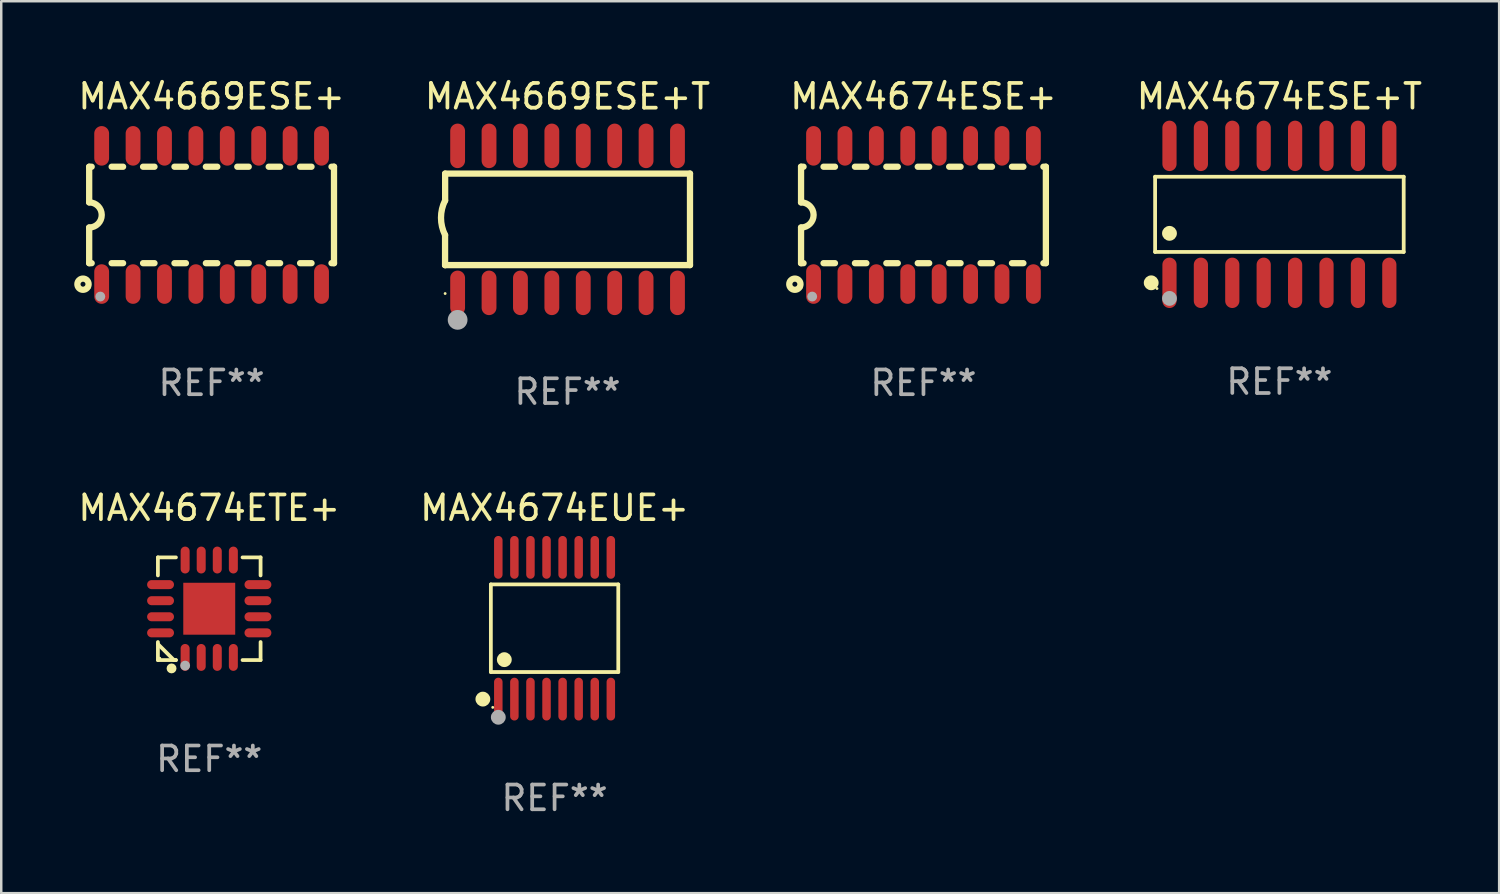
<source format=kicad_pcb>
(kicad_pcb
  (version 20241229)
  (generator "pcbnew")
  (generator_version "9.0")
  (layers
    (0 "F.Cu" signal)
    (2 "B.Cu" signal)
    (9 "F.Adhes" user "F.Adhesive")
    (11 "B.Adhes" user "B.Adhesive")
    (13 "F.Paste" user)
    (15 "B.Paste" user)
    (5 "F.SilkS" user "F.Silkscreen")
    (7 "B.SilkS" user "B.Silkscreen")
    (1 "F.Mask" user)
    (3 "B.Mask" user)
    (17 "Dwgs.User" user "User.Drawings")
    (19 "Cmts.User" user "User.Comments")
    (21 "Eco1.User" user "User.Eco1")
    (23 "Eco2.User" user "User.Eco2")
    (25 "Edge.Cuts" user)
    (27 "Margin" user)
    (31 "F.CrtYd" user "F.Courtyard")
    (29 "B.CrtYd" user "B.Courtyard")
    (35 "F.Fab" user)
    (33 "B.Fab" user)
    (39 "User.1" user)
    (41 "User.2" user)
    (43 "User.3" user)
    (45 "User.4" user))
  (footprint "MAX4674ETE+"
    (layer "F.Cu")
    (at 5.411 21.565)
    (property "Reference" "MAX4674ETE+" (at 0 -4.076 0) (layer "F.SilkS") (effects (font (size 1 1) (thickness 0.15))))
    (attr through_hole)
    (fp_line (start -2.076 -2.076) (end -1.347 -2.076) (stroke (width 0.152) (type solid)) (layer "F.SilkS"))
    (fp_line (start -2.076 -1.347) (end -2.076 -2.076) (stroke (width 0.152) (type solid)) (layer "F.SilkS"))
    (fp_line (start -2.076 1.347) (end -2.076 2.076) (stroke (width 0.152) (type solid)) (layer "F.SilkS"))
    (fp_line (start -2.076 2.076) (end -1.347 2.076) (stroke (width 0.152) (type solid)) (layer "F.SilkS"))
    (fp_line (start -1.429 2.076) (end -2.076 1.429) (stroke (width 0.152) (type solid)) (layer "F.SilkS"))
    (fp_line (start -1.347 2.076) (end -1.429 2.076) (stroke (width 0.152) (type solid)) (layer "F.SilkS"))
    (fp_line (start 2.076 -2.076) (end 1.347 -2.076) (stroke (width 0.152) (type solid)) (layer "F.SilkS"))
    (fp_line (start 2.076 -1.347) (end 2.076 -2.076) (stroke (width 0.152) (type solid)) (layer "F.SilkS"))
    (fp_line (start 2.076 1.347) (end 2.076 2.076) (stroke (width 0.152) (type solid)) (layer "F.SilkS"))
    (fp_line (start 2.076 2.076) (end 1.347 2.076) (stroke (width 0.152) (type solid)) (layer "F.SilkS"))
    (fp_circle (center -2 2) (end -1.97 2) (stroke (width 0.06) (type solid)) (fill no) (layer "F.SilkS"))
    (fp_circle (center -1.524 2.413) (end -1.424 2.413) (stroke (width 0.2) (type solid)) (fill no) (layer "F.SilkS"))
    (fp_circle (center -0.975 2.3) (end -0.875 2.3) (stroke (width 0.2) (type solid)) (fill no) (layer "F.Fab"))
    (fp_text user "REF**" (at 0 6.076 0) (layer "F.Fab") (effects (font (size 1 1) (thickness 0.15))))
    (pad "1" smd oval (at -0.975 1.969) (size 0.364 1.087) (layers "F.Cu" "F.Mask" "F.Paste"))
    (pad "2" smd oval (at -0.325 1.969) (size 0.364 1.087) (layers "F.Cu" "F.Mask" "F.Paste"))
    (pad "3" smd oval (at 0.325 1.969) (size 0.364 1.087) (layers "F.Cu" "F.Mask" "F.Paste"))
    (pad "4" smd oval (at 0.975 1.969) (size 0.364 1.087) (layers "F.Cu" "F.Mask" "F.Paste"))
    (pad "5" smd oval (at 1.969 0.975) (size 1.087 0.364) (layers "F.Cu" "F.Mask" "F.Paste"))
    (pad "6" smd oval (at 1.969 0.325) (size 1.087 0.364) (layers "F.Cu" "F.Mask" "F.Paste"))
    (pad "7" smd oval (at 1.969 -0.325) (size 1.087 0.364) (layers "F.Cu" "F.Mask" "F.Paste"))
    (pad "8" smd oval (at 1.969 -0.975) (size 1.087 0.364) (layers "F.Cu" "F.Mask" "F.Paste"))
    (pad "9" smd oval (at 0.975 -1.969) (size 0.364 1.087) (layers "F.Cu" "F.Mask" "F.Paste"))
    (pad "10" smd oval (at 0.325 -1.969) (size 0.364 1.087) (layers "F.Cu" "F.Mask" "F.Paste"))
    (pad "11" smd oval (at -0.325 -1.969) (size 0.364 1.087) (layers "F.Cu" "F.Mask" "F.Paste"))
    (pad "12" smd oval (at -0.975 -1.969) (size 0.364 1.087) (layers "F.Cu" "F.Mask" "F.Paste"))
    (pad "13" smd oval (at -1.969 -0.975) (size 1.087 0.364) (layers "F.Cu" "F.Mask" "F.Paste"))
    (pad "14" smd oval (at -1.969 -0.325) (size 1.087 0.364) (layers "F.Cu" "F.Mask" "F.Paste"))
    (pad "15" smd oval (at -1.969 0.325) (size 1.087 0.364) (layers "F.Cu" "F.Mask" "F.Paste"))
    (pad "16" smd oval (at -1.969 0.975) (size 1.087 0.364) (layers "F.Cu" "F.Mask" "F.Paste"))
    (pad "17" smd rect (at 0 0) (size 2.1 2.1) (layers "F.Cu" "F.Mask" "F.Paste")))
  (footprint "MAX4674ESE+"
    (layer "F.Cu")
    (at 34.292 5.642)
    (property "Reference" "MAX4674ESE+" (at 0 -4.794 0) (layer "F.SilkS") (effects (font (size 1 1) (thickness 0.15))))
    (attr through_hole)
    (fp_line (start -4.95 -1.95) (end -4.95 -0.508) (stroke (width 0.254) (type solid)) (layer "F.SilkS"))
    (fp_line (start -4.95 -1.95) (end -4.849 -1.95) (stroke (width 0.254) (type solid)) (layer "F.SilkS"))
    (fp_line (start -4.95 1.95) (end -4.95 0.508) (stroke (width 0.254) (type solid)) (layer "F.SilkS"))
    (fp_line (start -4.95 1.95) (end -4.849 1.95) (stroke (width 0.254) (type solid)) (layer "F.SilkS"))
    (fp_line (start -4.041 -1.95) (end -3.579 -1.95) (stroke (width 0.254) (type solid)) (layer "F.SilkS"))
    (fp_line (start -4.041 1.95) (end -3.579 1.95) (stroke (width 0.254) (type solid)) (layer "F.SilkS"))
    (fp_line (start -2.771 -1.95) (end -2.309 -1.95) (stroke (width 0.254) (type solid)) (layer "F.SilkS"))
    (fp_line (start -2.771 1.95) (end -2.309 1.95) (stroke (width 0.254) (type solid)) (layer "F.SilkS"))
    (fp_line (start -1.501 -1.95) (end -1.039 -1.95) (stroke (width 0.254) (type solid)) (layer "F.SilkS"))
    (fp_line (start -1.501 1.95) (end -1.039 1.95) (stroke (width 0.254) (type solid)) (layer "F.SilkS"))
    (fp_line (start -0.231 -1.95) (end 0.231 -1.95) (stroke (width 0.254) (type solid)) (layer "F.SilkS"))
    (fp_line (start -0.231 1.95) (end 0.231 1.95) (stroke (width 0.254) (type solid)) (layer "F.SilkS"))
    (fp_line (start 1.039 -1.95) (end 1.501 -1.95) (stroke (width 0.254) (type solid)) (layer "F.SilkS"))
    (fp_line (start 1.039 1.95) (end 1.501 1.95) (stroke (width 0.254) (type solid)) (layer "F.SilkS"))
    (fp_line (start 2.309 -1.95) (end 2.771 -1.95) (stroke (width 0.254) (type solid)) (layer "F.SilkS"))
    (fp_line (start 2.309 1.95) (end 2.771 1.95) (stroke (width 0.254) (type solid)) (layer "F.SilkS"))
    (fp_line (start 3.579 -1.95) (end 4.041 -1.95) (stroke (width 0.254) (type solid)) (layer "F.SilkS"))
    (fp_line (start 3.579 1.95) (end 4.041 1.95) (stroke (width 0.254) (type solid)) (layer "F.SilkS"))
    (fp_line (start 4.849 -1.95) (end 4.95 -1.95) (stroke (width 0.254) (type solid)) (layer "F.SilkS"))
    (fp_line (start 4.849 1.95) (end 4.95 1.95) (stroke (width 0.254) (type solid)) (layer "F.SilkS"))
    (fp_line (start 4.95 -1.95) (end 4.95 1.95) (stroke (width 0.254) (type solid)) (layer "F.SilkS"))
    (fp_arc (start -4.95047 -0.508001) (mid -4.442469 -0.000228) (end -4.950013 0.508001) (stroke (width 0.254001) (type solid)) (layer "F.SilkS"))
    (fp_circle (center -5.2 2.8) (end -5.1 2.8) (stroke (width 0.254) (type solid)) (fill no) (layer "F.SilkS"))
    (fp_circle (center -4.95 2.947) (end -4.92 2.947) (stroke (width 0.06) (type solid)) (fill no) (layer "F.SilkS"))
    (fp_circle (center -4.5 3.3) (end -4.4 3.3) (stroke (width 0.2) (type solid)) (fill no) (layer "F.Fab"))
    (fp_text user "REF**" (at 0 6.794 0) (layer "F.Fab") (effects (font (size 1 1) (thickness 0.15))))
    (pad "1" smd oval (at -4.445 2.794) (size 0.6 1.6) (layers "F.Cu" "F.Mask" "F.Paste"))
    (pad "2" smd oval (at -3.175 2.794) (size 0.6 1.6) (layers "F.Cu" "F.Mask" "F.Paste"))
    (pad "3" smd oval (at -1.905 2.794) (size 0.6 1.6) (layers "F.Cu" "F.Mask" "F.Paste"))
    (pad "4" smd oval (at -0.635 2.794) (size 0.6 1.6) (layers "F.Cu" "F.Mask" "F.Paste"))
    (pad "5" smd oval (at 0.635 2.794) (size 0.6 1.6) (layers "F.Cu" "F.Mask" "F.Paste"))
    (pad "6" smd oval (at 1.905 2.794) (size 0.6 1.6) (layers "F.Cu" "F.Mask" "F.Paste"))
    (pad "7" smd oval (at 3.175 2.794) (size 0.6 1.6) (layers "F.Cu" "F.Mask" "F.Paste"))
    (pad "8" smd oval (at 4.445 2.794) (size 0.6 1.6) (layers "F.Cu" "F.Mask" "F.Paste"))
    (pad "9" smd oval (at 4.445 -2.794) (size 0.6 1.6) (layers "F.Cu" "F.Mask" "F.Paste"))
    (pad "10" smd oval (at 3.175 -2.794) (size 0.6 1.6) (layers "F.Cu" "F.Mask" "F.Paste"))
    (pad "11" smd oval (at 1.905 -2.794) (size 0.6 1.6) (layers "F.Cu" "F.Mask" "F.Paste"))
    (pad "12" smd oval (at 0.635 -2.794) (size 0.6 1.6) (layers "F.Cu" "F.Mask" "F.Paste"))
    (pad "13" smd oval (at -0.635 -2.794) (size 0.6 1.6) (layers "F.Cu" "F.Mask" "F.Paste"))
    (pad "14" smd oval (at -1.905 -2.794) (size 0.6 1.6) (layers "F.Cu" "F.Mask" "F.Paste"))
    (pad "15" smd oval (at -3.175 -2.794) (size 0.6 1.6) (layers "F.Cu" "F.Mask" "F.Paste"))
    (pad "16" smd oval (at -4.445 -2.794) (size 0.6 1.6) (layers "F.Cu" "F.Mask" "F.Paste")))
  (footprint "MAX4674ESE+T"
    (layer "F.Cu")
    (at 48.685 5.617)
    (property "Reference" "MAX4674ESE+T" (at 0 -4.769 0) (layer "F.SilkS") (effects (font (size 1 1) (thickness 0.15))))
    (attr through_hole)
    (fp_line (start -5.026 -1.521) (end 5.026 -1.521) (stroke (width 0.152) (type solid)) (layer "F.SilkS"))
    (fp_line (start -5.026 1.521) (end -5.026 -1.521) (stroke (width 0.152) (type solid)) (layer "F.SilkS"))
    (fp_line (start 5.026 -1.521) (end 5.026 1.521) (stroke (width 0.152) (type solid)) (layer "F.SilkS"))
    (fp_line (start 5.026 1.521) (end -5.026 1.521) (stroke (width 0.152) (type solid)) (layer "F.SilkS"))
    (fp_circle (center -5.184 2.769) (end -5.034 2.769) (stroke (width 0.3) (type solid)) (fill no) (layer "F.SilkS"))
    (fp_circle (center -4.95 3) (end -4.92 3) (stroke (width 0.06) (type solid)) (fill no) (layer "F.SilkS"))
    (fp_circle (center -4.445 0.769) (end -4.295 0.769) (stroke (width 0.3) (type solid)) (fill no) (layer "F.SilkS"))
    (fp_circle (center -4.445 3.4) (end -4.295 3.4) (stroke (width 0.3) (type solid)) (fill no) (layer "F.Fab"))
    (fp_text user "REF**" (at 0 6.769 0) (layer "F.Fab") (effects (font (size 1 1) (thickness 0.15))))
    (pad "1" smd oval (at -4.445 2.769) (size 0.574 2.038) (layers "F.Cu" "F.Mask" "F.Paste"))
    (pad "2" smd oval (at -3.175 2.769) (size 0.574 2.038) (layers "F.Cu" "F.Mask" "F.Paste"))
    (pad "3" smd oval (at -1.905 2.769) (size 0.574 2.038) (layers "F.Cu" "F.Mask" "F.Paste"))
    (pad "4" smd oval (at -0.635 2.769) (size 0.574 2.038) (layers "F.Cu" "F.Mask" "F.Paste"))
    (pad "5" smd oval (at 0.635 2.769) (size 0.574 2.038) (layers "F.Cu" "F.Mask" "F.Paste"))
    (pad "6" smd oval (at 1.905 2.769) (size 0.574 2.038) (layers "F.Cu" "F.Mask" "F.Paste"))
    (pad "7" smd oval (at 3.175 2.769) (size 0.574 2.038) (layers "F.Cu" "F.Mask" "F.Paste"))
    (pad "8" smd oval (at 4.445 2.769) (size 0.574 2.038) (layers "F.Cu" "F.Mask" "F.Paste"))
    (pad "9" smd oval (at 4.445 -2.769) (size 0.574 2.038) (layers "F.Cu" "F.Mask" "F.Paste"))
    (pad "10" smd oval (at 3.175 -2.769) (size 0.574 2.038) (layers "F.Cu" "F.Mask" "F.Paste"))
    (pad "11" smd oval (at 1.905 -2.769) (size 0.574 2.038) (layers "F.Cu" "F.Mask" "F.Paste"))
    (pad "12" smd oval (at 0.635 -2.769) (size 0.574 2.038) (layers "F.Cu" "F.Mask" "F.Paste"))
    (pad "13" smd oval (at -0.635 -2.769) (size 0.574 2.038) (layers "F.Cu" "F.Mask" "F.Paste"))
    (pad "14" smd oval (at -1.905 -2.769) (size 0.574 2.038) (layers "F.Cu" "F.Mask" "F.Paste"))
    (pad "15" smd oval (at -3.175 -2.769) (size 0.574 2.038) (layers "F.Cu" "F.Mask" "F.Paste"))
    (pad "16" smd oval (at -4.445 -2.769) (size 0.574 2.038) (layers "F.Cu" "F.Mask" "F.Paste")))
  (footprint "MAX4669ESE+"
    (layer "F.Cu")
    (at 5.506 5.642)
    (property "Reference" "MAX4669ESE+" (at 0 -4.794 0) (layer "F.SilkS") (effects (font (size 1 1) (thickness 0.15))))
    (attr through_hole)
    (fp_line (start -4.95 -1.95) (end -4.95 -0.508) (stroke (width 0.254) (type solid)) (layer "F.SilkS"))
    (fp_line (start -4.95 -1.95) (end -4.849 -1.95) (stroke (width 0.254) (type solid)) (layer "F.SilkS"))
    (fp_line (start -4.95 1.95) (end -4.95 0.508) (stroke (width 0.254) (type solid)) (layer "F.SilkS"))
    (fp_line (start -4.95 1.95) (end -4.849 1.95) (stroke (width 0.254) (type solid)) (layer "F.SilkS"))
    (fp_line (start -4.041 -1.95) (end -3.579 -1.95) (stroke (width 0.254) (type solid)) (layer "F.SilkS"))
    (fp_line (start -4.041 1.95) (end -3.579 1.95) (stroke (width 0.254) (type solid)) (layer "F.SilkS"))
    (fp_line (start -2.771 -1.95) (end -2.309 -1.95) (stroke (width 0.254) (type solid)) (layer "F.SilkS"))
    (fp_line (start -2.771 1.95) (end -2.309 1.95) (stroke (width 0.254) (type solid)) (layer "F.SilkS"))
    (fp_line (start -1.501 -1.95) (end -1.039 -1.95) (stroke (width 0.254) (type solid)) (layer "F.SilkS"))
    (fp_line (start -1.501 1.95) (end -1.039 1.95) (stroke (width 0.254) (type solid)) (layer "F.SilkS"))
    (fp_line (start -0.231 -1.95) (end 0.231 -1.95) (stroke (width 0.254) (type solid)) (layer "F.SilkS"))
    (fp_line (start -0.231 1.95) (end 0.231 1.95) (stroke (width 0.254) (type solid)) (layer "F.SilkS"))
    (fp_line (start 1.039 -1.95) (end 1.501 -1.95) (stroke (width 0.254) (type solid)) (layer "F.SilkS"))
    (fp_line (start 1.039 1.95) (end 1.501 1.95) (stroke (width 0.254) (type solid)) (layer "F.SilkS"))
    (fp_line (start 2.309 -1.95) (end 2.771 -1.95) (stroke (width 0.254) (type solid)) (layer "F.SilkS"))
    (fp_line (start 2.309 1.95) (end 2.771 1.95) (stroke (width 0.254) (type solid)) (layer "F.SilkS"))
    (fp_line (start 3.579 -1.95) (end 4.041 -1.95) (stroke (width 0.254) (type solid)) (layer "F.SilkS"))
    (fp_line (start 3.579 1.95) (end 4.041 1.95) (stroke (width 0.254) (type solid)) (layer "F.SilkS"))
    (fp_line (start 4.849 -1.95) (end 4.95 -1.95) (stroke (width 0.254) (type solid)) (layer "F.SilkS"))
    (fp_line (start 4.849 1.95) (end 4.95 1.95) (stroke (width 0.254) (type solid)) (layer "F.SilkS"))
    (fp_line (start 4.95 -1.95) (end 4.95 1.95) (stroke (width 0.254) (type solid)) (layer "F.SilkS"))
    (fp_arc (start -4.95047 -0.508001) (mid -4.442469 -0.000228) (end -4.950013 0.508001) (stroke (width 0.254001) (type solid)) (layer "F.SilkS"))
    (fp_circle (center -5.2 2.8) (end -5.1 2.8) (stroke (width 0.254) (type solid)) (fill no) (layer "F.SilkS"))
    (fp_circle (center -4.95 2.947) (end -4.92 2.947) (stroke (width 0.06) (type solid)) (fill no) (layer "F.SilkS"))
    (fp_circle (center -4.5 3.3) (end -4.4 3.3) (stroke (width 0.2) (type solid)) (fill no) (layer "F.Fab"))
    (fp_text user "REF**" (at 0 6.794 0) (layer "F.Fab") (effects (font (size 1 1) (thickness 0.15))))
    (pad "1" smd oval (at -4.445 2.794) (size 0.6 1.6) (layers "F.Cu" "F.Mask" "F.Paste"))
    (pad "2" smd oval (at -3.175 2.794) (size 0.6 1.6) (layers "F.Cu" "F.Mask" "F.Paste"))
    (pad "3" smd oval (at -1.905 2.794) (size 0.6 1.6) (layers "F.Cu" "F.Mask" "F.Paste"))
    (pad "4" smd oval (at -0.635 2.794) (size 0.6 1.6) (layers "F.Cu" "F.Mask" "F.Paste"))
    (pad "5" smd oval (at 0.635 2.794) (size 0.6 1.6) (layers "F.Cu" "F.Mask" "F.Paste"))
    (pad "6" smd oval (at 1.905 2.794) (size 0.6 1.6) (layers "F.Cu" "F.Mask" "F.Paste"))
    (pad "7" smd oval (at 3.175 2.794) (size 0.6 1.6) (layers "F.Cu" "F.Mask" "F.Paste"))
    (pad "8" smd oval (at 4.445 2.794) (size 0.6 1.6) (layers "F.Cu" "F.Mask" "F.Paste"))
    (pad "9" smd oval (at 4.445 -2.794) (size 0.6 1.6) (layers "F.Cu" "F.Mask" "F.Paste"))
    (pad "10" smd oval (at 3.175 -2.794) (size 0.6 1.6) (layers "F.Cu" "F.Mask" "F.Paste"))
    (pad "11" smd oval (at 1.905 -2.794) (size 0.6 1.6) (layers "F.Cu" "F.Mask" "F.Paste"))
    (pad "12" smd oval (at 0.635 -2.794) (size 0.6 1.6) (layers "F.Cu" "F.Mask" "F.Paste"))
    (pad "13" smd oval (at -0.635 -2.794) (size 0.6 1.6) (layers "F.Cu" "F.Mask" "F.Paste"))
    (pad "14" smd oval (at -1.905 -2.794) (size 0.6 1.6) (layers "F.Cu" "F.Mask" "F.Paste"))
    (pad "15" smd oval (at -3.175 -2.794) (size 0.6 1.6) (layers "F.Cu" "F.Mask" "F.Paste"))
    (pad "16" smd oval (at -4.445 -2.794) (size 0.6 1.6) (layers "F.Cu" "F.Mask" "F.Paste")))
  (footprint "MAX4674EUE+"
    (layer "F.Cu")
    (at 19.375 22.354)
    (property "Reference" "MAX4674EUE+" (at 0 -4.866 0) (layer "F.SilkS") (effects (font (size 1 1) (thickness 0.15))))
    (attr through_hole)
    (fp_line (start -2.576 -1.772) (end 2.576 -1.772) (stroke (width 0.152) (type solid)) (layer "F.SilkS"))
    (fp_line (start -2.576 1.771) (end -2.576 -1.772) (stroke (width 0.152) (type solid)) (layer "F.SilkS"))
    (fp_line (start 2.576 -1.772) (end 2.576 1.771) (stroke (width 0.152) (type solid)) (layer "F.SilkS"))
    (fp_line (start 2.576 1.771) (end -2.576 1.771) (stroke (width 0.152) (type solid)) (layer "F.SilkS"))
    (fp_circle (center -2.899 2.866) (end -2.749 2.866) (stroke (width 0.3) (type solid)) (fill no) (layer "F.SilkS"))
    (fp_circle (center -2.5 3.2) (end -2.47 3.2) (stroke (width 0.06) (type solid)) (fill no) (layer "F.SilkS"))
    (fp_circle (center -2.032 1.27) (end -1.882 1.27) (stroke (width 0.3) (type solid)) (fill no) (layer "F.SilkS"))
    (fp_circle (center -2.275 3.6) (end -2.125 3.6) (stroke (width 0.3) (type solid)) (fill no) (layer "F.Fab"))
    (fp_text user "REF**" (at 0 6.866 0) (layer "F.Fab") (effects (font (size 1 1) (thickness 0.15))))
    (pad "1" smd oval (at -2.275 2.866) (size 0.343 1.731) (layers "F.Cu" "F.Mask" "F.Paste"))
    (pad "2" smd oval (at -1.625 2.866) (size 0.343 1.731) (layers "F.Cu" "F.Mask" "F.Paste"))
    (pad "3" smd oval (at -0.975 2.866) (size 0.343 1.731) (layers "F.Cu" "F.Mask" "F.Paste"))
    (pad "4" smd oval (at -0.325 2.866) (size 0.343 1.731) (layers "F.Cu" "F.Mask" "F.Paste"))
    (pad "5" smd oval (at 0.325 2.866) (size 0.343 1.731) (layers "F.Cu" "F.Mask" "F.Paste"))
    (pad "6" smd oval (at 0.975 2.866) (size 0.343 1.731) (layers "F.Cu" "F.Mask" "F.Paste"))
    (pad "7" smd oval (at 1.625 2.866) (size 0.343 1.731) (layers "F.Cu" "F.Mask" "F.Paste"))
    (pad "8" smd oval (at 2.275 2.866) (size 0.343 1.731) (layers "F.Cu" "F.Mask" "F.Paste"))
    (pad "9" smd oval (at 2.275 -2.866) (size 0.343 1.731) (layers "F.Cu" "F.Mask" "F.Paste"))
    (pad "10" smd oval (at 1.625 -2.866) (size 0.343 1.731) (layers "F.Cu" "F.Mask" "F.Paste"))
    (pad "11" smd oval (at 0.975 -2.866) (size 0.343 1.731) (layers "F.Cu" "F.Mask" "F.Paste"))
    (pad "12" smd oval (at 0.325 -2.866) (size 0.343 1.731) (layers "F.Cu" "F.Mask" "F.Paste"))
    (pad "13" smd oval (at -0.325 -2.866) (size 0.343 1.731) (layers "F.Cu" "F.Mask" "F.Paste"))
    (pad "14" smd oval (at -0.975 -2.866) (size 0.343 1.731) (layers "F.Cu" "F.Mask" "F.Paste"))
    (pad "15" smd oval (at -1.625 -2.866) (size 0.343 1.731) (layers "F.Cu" "F.Mask" "F.Paste"))
    (pad "16" smd oval (at -2.275 -2.866) (size 0.343 1.731) (layers "F.Cu" "F.Mask" "F.Paste")))
  (footprint "MAX4669ESE+T"
    (layer "F.Cu")
    (at 19.899 5.82)
    (property "Reference" "MAX4669ESE+T" (at 0 -4.972 0) (layer "F.SilkS") (effects (font (size 1 1) (thickness 0.15))))
    (attr through_hole)
    (fp_line (start -4.952 0.635) (end -4.952 1.85) (stroke (width 0.254) (type solid)) (layer "F.SilkS"))
    (fp_line (start -4.952 1.85) (end -4.949 1.85) (stroke (width 0.254) (type solid)) (layer "F.SilkS"))
    (fp_line (start -4.949 -1.85) (end -4.949 -0.762) (stroke (width 0.254) (type solid)) (layer "F.SilkS"))
    (fp_line (start -4.949 1.85) (end 4.952 1.85) (stroke (width 0.254) (type solid)) (layer "F.SilkS"))
    (fp_line (start 4.952 -1.85) (end -4.949 -1.85) (stroke (width 0.254) (type solid)) (layer "F.SilkS"))
    (fp_line (start 4.952 1.85) (end 4.952 -1.85) (stroke (width 0.254) (type solid)) (layer "F.SilkS"))
    (fp_arc (start -4.951524 0.635001) (mid -5.116418 -0.0635) (end -4.951524 -0.762002) (stroke (width 0.254001) (type solid)) (layer "F.SilkS"))
    (fp_circle (center -4.949 3) (end -4.919 3) (stroke (width 0.06) (type solid)) (fill no) (layer "F.SilkS"))
    (fp_circle (center -4.444 4.064) (end -4.244 4.064) (stroke (width 0.4) (type solid)) (fill no) (layer "F.Fab"))
    (fp_text user "REF**" (at 0 6.972 0) (layer "F.Fab") (effects (font (size 1 1) (thickness 0.15))))
    (pad "1" smd oval (at -4.444 2.972 180) (size 0.6 1.8) (layers "F.Cu" "F.Mask" "F.Paste"))
    (pad "2" smd oval (at -3.174 2.972 180) (size 0.6 1.8) (layers "F.Cu" "F.Mask" "F.Paste"))
    (pad "3" smd oval (at -1.904 2.972 180) (size 0.6 1.8) (layers "F.Cu" "F.Mask" "F.Paste"))
    (pad "4" smd oval (at -0.634 2.972 180) (size 0.6 1.8) (layers "F.Cu" "F.Mask" "F.Paste"))
    (pad "5" smd oval (at 0.636 2.972 180) (size 0.6 1.8) (layers "F.Cu" "F.Mask" "F.Paste"))
    (pad "6" smd oval (at 1.906 2.972 180) (size 0.6 1.8) (layers "F.Cu" "F.Mask" "F.Paste"))
    (pad "7" smd oval (at 3.176 2.972 180) (size 0.6 1.8) (layers "F.Cu" "F.Mask" "F.Paste"))
    (pad "8" smd oval (at 4.446 2.972 180) (size 0.6 1.8) (layers "F.Cu" "F.Mask" "F.Paste"))
    (pad "9" smd oval (at 4.446 -2.972 180) (size 0.6 1.8) (layers "F.Cu" "F.Mask" "F.Paste"))
    (pad "10" smd oval (at 3.176 -2.972 180) (size 0.6 1.8) (layers "F.Cu" "F.Mask" "F.Paste"))
    (pad "11" smd oval (at 1.906 -2.972 180) (size 0.6 1.8) (layers "F.Cu" "F.Mask" "F.Paste"))
    (pad "12" smd oval (at 0.636 -2.972 180) (size 0.6 1.8) (layers "F.Cu" "F.Mask" "F.Paste"))
    (pad "13" smd oval (at -0.634 -2.972 180) (size 0.6 1.8) (layers "F.Cu" "F.Mask" "F.Paste"))
    (pad "14" smd oval (at -1.904 -2.972 180) (size 0.6 1.8) (layers "F.Cu" "F.Mask" "F.Paste"))
    (pad "15" smd oval (at -3.174 -2.972 180) (size 0.6 1.8) (layers "F.Cu" "F.Mask" "F.Paste"))
    (pad "16" smd oval (at -4.444 -2.972 180) (size 0.6 1.8) (layers "F.Cu" "F.Mask" "F.Paste")))
  (gr_rect
    (start -3 -3)
    (end 57.571 33.068)
    (stroke (width 0.1) (type default))
    (fill no)
    (layer "Edge.Cuts")))
</source>
